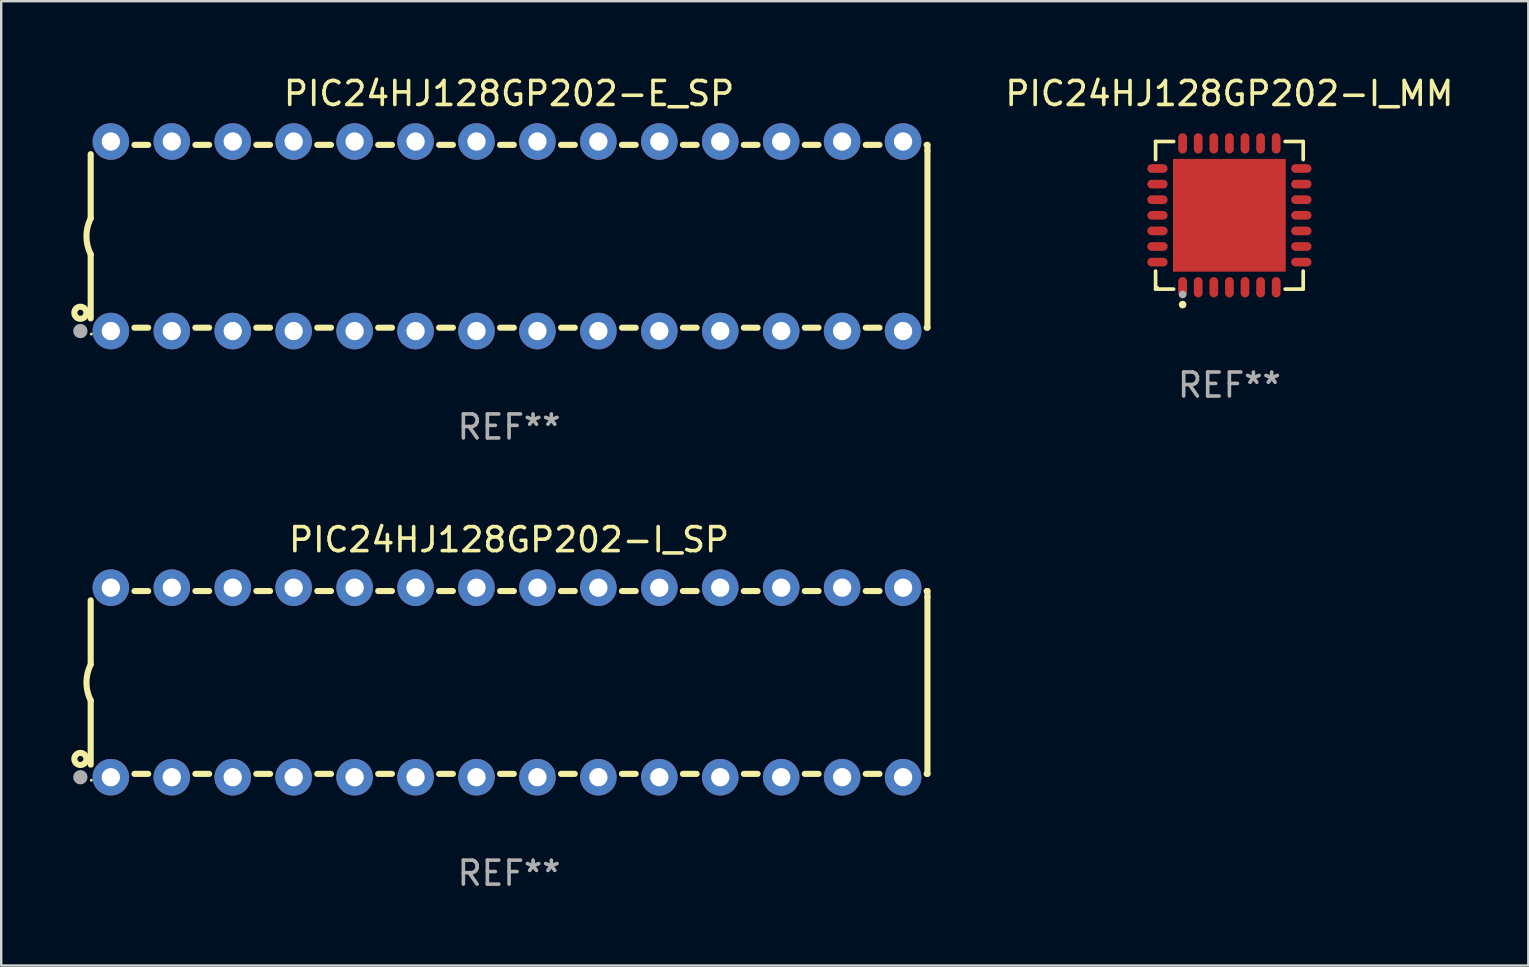
<source format=kicad_pcb>
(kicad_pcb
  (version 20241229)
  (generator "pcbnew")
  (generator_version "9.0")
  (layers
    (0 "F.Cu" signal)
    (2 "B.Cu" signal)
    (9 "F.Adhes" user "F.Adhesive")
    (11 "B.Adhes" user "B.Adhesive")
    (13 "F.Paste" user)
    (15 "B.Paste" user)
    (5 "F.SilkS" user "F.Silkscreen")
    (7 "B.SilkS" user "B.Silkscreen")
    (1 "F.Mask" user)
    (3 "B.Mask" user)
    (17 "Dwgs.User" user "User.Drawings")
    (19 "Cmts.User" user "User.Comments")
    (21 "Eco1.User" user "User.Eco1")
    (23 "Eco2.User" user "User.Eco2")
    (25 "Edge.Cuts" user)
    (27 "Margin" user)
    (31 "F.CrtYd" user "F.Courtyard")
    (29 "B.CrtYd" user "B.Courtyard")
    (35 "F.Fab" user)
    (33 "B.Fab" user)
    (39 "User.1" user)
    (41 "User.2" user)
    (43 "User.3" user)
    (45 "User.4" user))
  (footprint "PIC24HJ128GP202-E_SP"
    (layer "F.Cu")
    (at 18.168 6.798)
    (property "Reference" "PIC24HJ128GP202-E_SP" (at 0 -5.95 0) (layer "F.SilkS") (effects (font (size 1 1) (thickness 0.15))))
    (attr through_hole)
    (fp_line (start -17.438 0.75) (end -17.438 3.423) (stroke (width 0.254) (type solid)) (layer "F.SilkS"))
    (fp_line (start -17.438 -3.423) (end -17.438 -0.75) (stroke (width 0.254) (type solid)) (layer "F.SilkS"))
    (fp_line (start -15.615 3.81) (end -15.041 3.81) (stroke (width 0.254) (type solid)) (layer "F.SilkS"))
    (fp_line (start -15.041 -3.81) (end -15.614 -3.81) (stroke (width 0.254) (type solid)) (layer "F.SilkS"))
    (fp_line (start -13.075 3.81) (end -12.501 3.81) (stroke (width 0.254) (type solid)) (layer "F.SilkS"))
    (fp_line (start -12.501 -3.81) (end -13.074 -3.81) (stroke (width 0.254) (type solid)) (layer "F.SilkS"))
    (fp_line (start -10.535 3.81) (end -9.961 3.81) (stroke (width 0.254) (type solid)) (layer "F.SilkS"))
    (fp_line (start -9.961 -3.81) (end -10.534 -3.81) (stroke (width 0.254) (type solid)) (layer "F.SilkS"))
    (fp_line (start -7.995 3.81) (end -7.421 3.81) (stroke (width 0.254) (type solid)) (layer "F.SilkS"))
    (fp_line (start -7.421 -3.81) (end -7.995 -3.81) (stroke (width 0.254) (type solid)) (layer "F.SilkS"))
    (fp_line (start -5.455 3.81) (end -4.881 3.81) (stroke (width 0.254) (type solid)) (layer "F.SilkS"))
    (fp_line (start -4.881 -3.81) (end -5.455 -3.81) (stroke (width 0.254) (type solid)) (layer "F.SilkS"))
    (fp_line (start -2.915 3.81) (end -2.341 3.81) (stroke (width 0.254) (type solid)) (layer "F.SilkS"))
    (fp_line (start -2.341 -3.81) (end -2.915 -3.81) (stroke (width 0.254) (type solid)) (layer "F.SilkS"))
    (fp_line (start -0.375 3.81) (end 0.199 3.81) (stroke (width 0.254) (type solid)) (layer "F.SilkS"))
    (fp_line (start 0.199 -3.81) (end -0.375 -3.81) (stroke (width 0.254) (type solid)) (layer "F.SilkS"))
    (fp_line (start 2.165 3.81) (end 2.739 3.81) (stroke (width 0.254) (type solid)) (layer "F.SilkS"))
    (fp_line (start 2.739 -3.81) (end 2.165 -3.81) (stroke (width 0.254) (type solid)) (layer "F.SilkS"))
    (fp_line (start 4.705 3.81) (end 5.279 3.81) (stroke (width 0.254) (type solid)) (layer "F.SilkS"))
    (fp_line (start 5.279 -3.81) (end 4.705 -3.81) (stroke (width 0.254) (type solid)) (layer "F.SilkS"))
    (fp_line (start 7.245 3.81) (end 7.819 3.81) (stroke (width 0.254) (type solid)) (layer "F.SilkS"))
    (fp_line (start 7.819 -3.81) (end 7.245 -3.81) (stroke (width 0.254) (type solid)) (layer "F.SilkS"))
    (fp_line (start 9.785 3.81) (end 10.359 3.81) (stroke (width 0.254) (type solid)) (layer "F.SilkS"))
    (fp_line (start 10.359 -3.81) (end 9.785 -3.81) (stroke (width 0.254) (type solid)) (layer "F.SilkS"))
    (fp_line (start 12.325 3.81) (end 12.899 3.81) (stroke (width 0.254) (type solid)) (layer "F.SilkS"))
    (fp_line (start 12.899 -3.81) (end 12.325 -3.81) (stroke (width 0.254) (type solid)) (layer "F.SilkS"))
    (fp_line (start 14.865 3.81) (end 15.439 3.81) (stroke (width 0.254) (type solid)) (layer "F.SilkS"))
    (fp_line (start 15.439 -3.81) (end 14.865 -3.81) (stroke (width 0.254) (type solid)) (layer "F.SilkS"))
    (fp_line (start 17.405 3.81) (end 17.438 3.81) (stroke (width 0.254) (type solid)) (layer "F.SilkS"))
    (fp_line (start 17.438 -3.81) (end 17.405 -3.81) (stroke (width 0.254) (type solid)) (layer "F.SilkS"))
    (fp_line (start 17.438 -3.556) (end 17.438 -3.81) (stroke (width 0.254) (type solid)) (layer "F.SilkS"))
    (fp_line (start 17.438 3.81) (end 17.438 -3.556) (stroke (width 0.254) (type solid)) (layer "F.SilkS"))
    (fp_arc (start -17.437986 0.749657) (mid -17.614887 -0.000024) (end -17.437783 -0.749657) (stroke (width 0.254001) (type solid)) (layer "F.SilkS"))
    (fp_circle (center -17.868 3.188) (end -17.743 3.188) (stroke (width 0.254) (type solid)) (fill no) (layer "F.SilkS"))
    (fp_circle (center -17.411 4.077) (end -17.381 4.077) (stroke (width 0.06) (type solid)) (fill no) (layer "F.SilkS"))
    (fp_circle (center -17.868 3.95) (end -17.718 3.95) (stroke (width 0.3) (type solid)) (fill no) (layer "F.Fab"))
    (fp_text user "REF**" (at 0 7.95 0) (layer "F.Fab") (effects (font (size 1 1) (thickness 0.15))))
    (pad "1" thru_hole circle (at -16.598 3.95) (size 1.524 1.524) (drill 0.762) (layers "*.Cu" "*.Mask"))
    (pad "2" thru_hole circle (at -14.058 3.95) (size 1.524 1.524) (drill 0.762) (layers "*.Cu" "*.Mask"))
    (pad "3" thru_hole circle (at -11.518 3.95) (size 1.524 1.524) (drill 0.762) (layers "*.Cu" "*.Mask"))
    (pad "4" thru_hole circle (at -8.978 3.95) (size 1.524 1.524) (drill 0.762) (layers "*.Cu" "*.Mask"))
    (pad "5" thru_hole circle (at -6.438 3.95) (size 1.524 1.524) (drill 0.762) (layers "*.Cu" "*.Mask"))
    (pad "6" thru_hole circle (at -3.898 3.95) (size 1.524 1.524) (drill 0.762) (layers "*.Cu" "*.Mask"))
    (pad "7" thru_hole circle (at -1.358 3.95) (size 1.524 1.524) (drill 0.762) (layers "*.Cu" "*.Mask"))
    (pad "8" thru_hole circle (at 1.182 3.95) (size 1.524 1.524) (drill 0.762) (layers "*.Cu" "*.Mask"))
    (pad "9" thru_hole circle (at 3.722 3.95) (size 1.524 1.524) (drill 0.762) (layers "*.Cu" "*.Mask"))
    (pad "10" thru_hole circle (at 6.262 3.95) (size 1.524 1.524) (drill 0.762) (layers "*.Cu" "*.Mask"))
    (pad "11" thru_hole circle (at 8.802 3.95) (size 1.524 1.524) (drill 0.762) (layers "*.Cu" "*.Mask"))
    (pad "12" thru_hole circle (at 11.342 3.95) (size 1.524 1.524) (drill 0.762) (layers "*.Cu" "*.Mask"))
    (pad "13" thru_hole circle (at 13.882 3.95) (size 1.524 1.524) (drill 0.762) (layers "*.Cu" "*.Mask"))
    (pad "14" thru_hole circle (at 16.422 3.95) (size 1.524 1.524) (drill 0.762) (layers "*.Cu" "*.Mask"))
    (pad "15" thru_hole circle (at 16.422 -3.95) (size 1.524 1.524) (drill 0.762) (layers "*.Cu" "*.Mask"))
    (pad "16" thru_hole circle (at 13.882 -3.95) (size 1.524 1.524) (drill 0.762) (layers "*.Cu" "*.Mask"))
    (pad "17" thru_hole circle (at 11.342 -3.95) (size 1.524 1.524) (drill 0.762) (layers "*.Cu" "*.Mask"))
    (pad "18" thru_hole circle (at 8.802 -3.95) (size 1.524 1.524) (drill 0.762) (layers "*.Cu" "*.Mask"))
    (pad "19" thru_hole circle (at 6.262 -3.95) (size 1.524 1.524) (drill 0.762) (layers "*.Cu" "*.Mask"))
    (pad "20" thru_hole circle (at 3.722 -3.95) (size 1.524 1.524) (drill 0.762) (layers "*.Cu" "*.Mask"))
    (pad "21" thru_hole circle (at 1.182 -3.95) (size 1.524 1.524) (drill 0.762) (layers "*.Cu" "*.Mask"))
    (pad "22" thru_hole circle (at -1.358 -3.95) (size 1.524 1.524) (drill 0.762) (layers "*.Cu" "*.Mask"))
    (pad "23" thru_hole circle (at -3.898 -3.95) (size 1.524 1.524) (drill 0.762) (layers "*.Cu" "*.Mask"))
    (pad "24" thru_hole circle (at -6.438 -3.95) (size 1.524 1.524) (drill 0.762) (layers "*.Cu" "*.Mask"))
    (pad "25" thru_hole circle (at -8.978 -3.95) (size 1.524 1.524) (drill 0.762) (layers "*.Cu" "*.Mask"))
    (pad "26" thru_hole circle (at -11.517 -3.95) (size 1.524 1.524) (drill 0.762) (layers "*.Cu" "*.Mask"))
    (pad "27" thru_hole circle (at -14.057 -3.95) (size 1.524 1.524) (drill 0.762) (layers "*.Cu" "*.Mask"))
    (pad "28" thru_hole circle (at -16.597 -3.95) (size 1.524 1.524) (drill 0.762) (layers "*.Cu" "*.Mask")))
  (footprint "PIC24HJ128GP202-I_MM"
    (layer "F.Cu")
    (at 48.191 5.924)
    (property "Reference" "PIC24HJ128GP202-I_MM" (at 0 -5.076 0) (layer "F.SilkS") (effects (font (size 1 1) (thickness 0.15))))
    (attr through_hole)
    (fp_line (start -3.076 -3.076) (end -2.323 -3.076) (stroke (width 0.152) (type solid)) (layer "F.SilkS"))
    (fp_line (start -3.076 -2.323) (end -3.076 -3.076) (stroke (width 0.152) (type solid)) (layer "F.SilkS"))
    (fp_line (start -3.076 2.323) (end -3.076 3.076) (stroke (width 0.152) (type solid)) (layer "F.SilkS"))
    (fp_line (start -3.076 3.076) (end -2.323 3.076) (stroke (width 0.152) (type solid)) (layer "F.SilkS"))
    (fp_line (start 3.076 -3.076) (end 2.323 -3.076) (stroke (width 0.152) (type solid)) (layer "F.SilkS"))
    (fp_line (start 3.076 -2.323) (end 3.076 -3.076) (stroke (width 0.152) (type solid)) (layer "F.SilkS"))
    (fp_line (start 3.076 2.323) (end 3.076 3.076) (stroke (width 0.152) (type solid)) (layer "F.SilkS"))
    (fp_line (start 3.076 3.076) (end 2.323 3.076) (stroke (width 0.152) (type solid)) (layer "F.SilkS"))
    (fp_circle (center -3 3) (end -2.97 3) (stroke (width 0.06) (type solid)) (fill no) (layer "F.SilkS"))
    (fp_circle (center -1.95 3.722) (end -1.87 3.722) (stroke (width 0.16) (type solid)) (fill no) (layer "F.SilkS"))
    (fp_circle (center -1.95 3.3) (end -1.87 3.3) (stroke (width 0.16) (type solid)) (fill no) (layer "F.Fab"))
    (fp_text user "REF**" (at 0 7.076 0) (layer "F.Fab") (effects (font (size 1 1) (thickness 0.15))))
    (pad "1" smd oval (at -1.95 2.998) (size 0.364 0.847) (layers "F.Cu" "F.Mask" "F.Paste"))
    (pad "2" smd oval (at -1.3 2.998) (size 0.364 0.847) (layers "F.Cu" "F.Mask" "F.Paste"))
    (pad "3" smd oval (at -0.65 2.998) (size 0.364 0.847) (layers "F.Cu" "F.Mask" "F.Paste"))
    (pad "4" smd oval (at 0 2.998) (size 0.364 0.847) (layers "F.Cu" "F.Mask" "F.Paste"))
    (pad "5" smd oval (at 0.65 2.998) (size 0.364 0.847) (layers "F.Cu" "F.Mask" "F.Paste"))
    (pad "6" smd oval (at 1.3 2.998) (size 0.364 0.847) (layers "F.Cu" "F.Mask" "F.Paste"))
    (pad "7" smd oval (at 1.95 2.998) (size 0.364 0.847) (layers "F.Cu" "F.Mask" "F.Paste"))
    (pad "8" smd oval (at 2.998 1.95) (size 0.847 0.364) (layers "F.Cu" "F.Mask" "F.Paste"))
    (pad "9" smd oval (at 2.998 1.3) (size 0.847 0.364) (layers "F.Cu" "F.Mask" "F.Paste"))
    (pad "10" smd oval (at 2.998 0.65) (size 0.847 0.364) (layers "F.Cu" "F.Mask" "F.Paste"))
    (pad "11" smd oval (at 2.998 0) (size 0.847 0.364) (layers "F.Cu" "F.Mask" "F.Paste"))
    (pad "12" smd oval (at 2.998 -0.65) (size 0.847 0.364) (layers "F.Cu" "F.Mask" "F.Paste"))
    (pad "13" smd oval (at 2.998 -1.3) (size 0.847 0.364) (layers "F.Cu" "F.Mask" "F.Paste"))
    (pad "14" smd oval (at 2.998 -1.95) (size 0.847 0.364) (layers "F.Cu" "F.Mask" "F.Paste"))
    (pad "15" smd oval (at 1.95 -2.998) (size 0.364 0.847) (layers "F.Cu" "F.Mask" "F.Paste"))
    (pad "16" smd oval (at 1.3 -2.998) (size 0.364 0.847) (layers "F.Cu" "F.Mask" "F.Paste"))
    (pad "17" smd oval (at 0.65 -2.998) (size 0.364 0.847) (layers "F.Cu" "F.Mask" "F.Paste"))
    (pad "18" smd oval (at 0 -2.998) (size 0.364 0.847) (layers "F.Cu" "F.Mask" "F.Paste"))
    (pad "19" smd oval (at -0.65 -2.998) (size 0.364 0.847) (layers "F.Cu" "F.Mask" "F.Paste"))
    (pad "20" smd oval (at -1.3 -2.998) (size 0.364 0.847) (layers "F.Cu" "F.Mask" "F.Paste"))
    (pad "21" smd oval (at -1.95 -2.998) (size 0.364 0.847) (layers "F.Cu" "F.Mask" "F.Paste"))
    (pad "22" smd oval (at -2.998 -1.95) (size 0.847 0.364) (layers "F.Cu" "F.Mask" "F.Paste"))
    (pad "23" smd oval (at -2.998 -1.3) (size 0.847 0.364) (layers "F.Cu" "F.Mask" "F.Paste"))
    (pad "24" smd oval (at -2.998 -0.65) (size 0.847 0.364) (layers "F.Cu" "F.Mask" "F.Paste"))
    (pad "25" smd oval (at -2.998 0) (size 0.847 0.364) (layers "F.Cu" "F.Mask" "F.Paste"))
    (pad "26" smd oval (at -2.998 0.65) (size 0.847 0.364) (layers "F.Cu" "F.Mask" "F.Paste"))
    (pad "27" smd oval (at -2.998 1.3) (size 0.847 0.364) (layers "F.Cu" "F.Mask" "F.Paste"))
    (pad "28" smd oval (at -2.998 1.95) (size 0.847 0.364) (layers "F.Cu" "F.Mask" "F.Paste"))
    (pad "29" smd rect (at 0 0) (size 4.7 4.7) (layers "F.Cu" "F.Mask" "F.Paste")))
  (footprint "PIC24HJ128GP202-I_SP"
    (layer "F.Cu")
    (at 18.168 25.395)
    (property "Reference" "PIC24HJ128GP202-I_SP" (at 0 -5.95 0) (layer "F.SilkS") (effects (font (size 1 1) (thickness 0.15))))
    (attr through_hole)
    (fp_line (start -17.438 0.75) (end -17.438 3.423) (stroke (width 0.254) (type solid)) (layer "F.SilkS"))
    (fp_line (start -17.438 -3.423) (end -17.438 -0.75) (stroke (width 0.254) (type solid)) (layer "F.SilkS"))
    (fp_line (start -15.615 3.81) (end -15.041 3.81) (stroke (width 0.254) (type solid)) (layer "F.SilkS"))
    (fp_line (start -15.041 -3.81) (end -15.614 -3.81) (stroke (width 0.254) (type solid)) (layer "F.SilkS"))
    (fp_line (start -13.075 3.81) (end -12.501 3.81) (stroke (width 0.254) (type solid)) (layer "F.SilkS"))
    (fp_line (start -12.501 -3.81) (end -13.074 -3.81) (stroke (width 0.254) (type solid)) (layer "F.SilkS"))
    (fp_line (start -10.535 3.81) (end -9.961 3.81) (stroke (width 0.254) (type solid)) (layer "F.SilkS"))
    (fp_line (start -9.961 -3.81) (end -10.534 -3.81) (stroke (width 0.254) (type solid)) (layer "F.SilkS"))
    (fp_line (start -7.995 3.81) (end -7.421 3.81) (stroke (width 0.254) (type solid)) (layer "F.SilkS"))
    (fp_line (start -7.421 -3.81) (end -7.995 -3.81) (stroke (width 0.254) (type solid)) (layer "F.SilkS"))
    (fp_line (start -5.455 3.81) (end -4.881 3.81) (stroke (width 0.254) (type solid)) (layer "F.SilkS"))
    (fp_line (start -4.881 -3.81) (end -5.455 -3.81) (stroke (width 0.254) (type solid)) (layer "F.SilkS"))
    (fp_line (start -2.915 3.81) (end -2.341 3.81) (stroke (width 0.254) (type solid)) (layer "F.SilkS"))
    (fp_line (start -2.341 -3.81) (end -2.915 -3.81) (stroke (width 0.254) (type solid)) (layer "F.SilkS"))
    (fp_line (start -0.375 3.81) (end 0.199 3.81) (stroke (width 0.254) (type solid)) (layer "F.SilkS"))
    (fp_line (start 0.199 -3.81) (end -0.375 -3.81) (stroke (width 0.254) (type solid)) (layer "F.SilkS"))
    (fp_line (start 2.165 3.81) (end 2.739 3.81) (stroke (width 0.254) (type solid)) (layer "F.SilkS"))
    (fp_line (start 2.739 -3.81) (end 2.165 -3.81) (stroke (width 0.254) (type solid)) (layer "F.SilkS"))
    (fp_line (start 4.705 3.81) (end 5.279 3.81) (stroke (width 0.254) (type solid)) (layer "F.SilkS"))
    (fp_line (start 5.279 -3.81) (end 4.705 -3.81) (stroke (width 0.254) (type solid)) (layer "F.SilkS"))
    (fp_line (start 7.245 3.81) (end 7.819 3.81) (stroke (width 0.254) (type solid)) (layer "F.SilkS"))
    (fp_line (start 7.819 -3.81) (end 7.245 -3.81) (stroke (width 0.254) (type solid)) (layer "F.SilkS"))
    (fp_line (start 9.785 3.81) (end 10.359 3.81) (stroke (width 0.254) (type solid)) (layer "F.SilkS"))
    (fp_line (start 10.359 -3.81) (end 9.785 -3.81) (stroke (width 0.254) (type solid)) (layer "F.SilkS"))
    (fp_line (start 12.325 3.81) (end 12.899 3.81) (stroke (width 0.254) (type solid)) (layer "F.SilkS"))
    (fp_line (start 12.899 -3.81) (end 12.325 -3.81) (stroke (width 0.254) (type solid)) (layer "F.SilkS"))
    (fp_line (start 14.865 3.81) (end 15.439 3.81) (stroke (width 0.254) (type solid)) (layer "F.SilkS"))
    (fp_line (start 15.439 -3.81) (end 14.865 -3.81) (stroke (width 0.254) (type solid)) (layer "F.SilkS"))
    (fp_line (start 17.405 3.81) (end 17.438 3.81) (stroke (width 0.254) (type solid)) (layer "F.SilkS"))
    (fp_line (start 17.438 -3.81) (end 17.405 -3.81) (stroke (width 0.254) (type solid)) (layer "F.SilkS"))
    (fp_line (start 17.438 -3.556) (end 17.438 -3.81) (stroke (width 0.254) (type solid)) (layer "F.SilkS"))
    (fp_line (start 17.438 3.81) (end 17.438 -3.556) (stroke (width 0.254) (type solid)) (layer "F.SilkS"))
    (fp_arc (start -17.437986 0.749657) (mid -17.614887 -0.000024) (end -17.437783 -0.749657) (stroke (width 0.254001) (type solid)) (layer "F.SilkS"))
    (fp_circle (center -17.868 3.188) (end -17.743 3.188) (stroke (width 0.254) (type solid)) (fill no) (layer "F.SilkS"))
    (fp_circle (center -17.411 4.077) (end -17.381 4.077) (stroke (width 0.06) (type solid)) (fill no) (layer "F.SilkS"))
    (fp_circle (center -17.868 3.95) (end -17.718 3.95) (stroke (width 0.3) (type solid)) (fill no) (layer "F.Fab"))
    (fp_text user "REF**" (at 0 7.95 0) (layer "F.Fab") (effects (font (size 1 1) (thickness 0.15))))
    (pad "1" thru_hole circle (at -16.598 3.95) (size 1.524 1.524) (drill 0.762) (layers "*.Cu" "*.Mask"))
    (pad "2" thru_hole circle (at -14.058 3.95) (size 1.524 1.524) (drill 0.762) (layers "*.Cu" "*.Mask"))
    (pad "3" thru_hole circle (at -11.518 3.95) (size 1.524 1.524) (drill 0.762) (layers "*.Cu" "*.Mask"))
    (pad "4" thru_hole circle (at -8.978 3.95) (size 1.524 1.524) (drill 0.762) (layers "*.Cu" "*.Mask"))
    (pad "5" thru_hole circle (at -6.438 3.95) (size 1.524 1.524) (drill 0.762) (layers "*.Cu" "*.Mask"))
    (pad "6" thru_hole circle (at -3.898 3.95) (size 1.524 1.524) (drill 0.762) (layers "*.Cu" "*.Mask"))
    (pad "7" thru_hole circle (at -1.358 3.95) (size 1.524 1.524) (drill 0.762) (layers "*.Cu" "*.Mask"))
    (pad "8" thru_hole circle (at 1.182 3.95) (size 1.524 1.524) (drill 0.762) (layers "*.Cu" "*.Mask"))
    (pad "9" thru_hole circle (at 3.722 3.95) (size 1.524 1.524) (drill 0.762) (layers "*.Cu" "*.Mask"))
    (pad "10" thru_hole circle (at 6.262 3.95) (size 1.524 1.524) (drill 0.762) (layers "*.Cu" "*.Mask"))
    (pad "11" thru_hole circle (at 8.802 3.95) (size 1.524 1.524) (drill 0.762) (layers "*.Cu" "*.Mask"))
    (pad "12" thru_hole circle (at 11.342 3.95) (size 1.524 1.524) (drill 0.762) (layers "*.Cu" "*.Mask"))
    (pad "13" thru_hole circle (at 13.882 3.95) (size 1.524 1.524) (drill 0.762) (layers "*.Cu" "*.Mask"))
    (pad "14" thru_hole circle (at 16.422 3.95) (size 1.524 1.524) (drill 0.762) (layers "*.Cu" "*.Mask"))
    (pad "15" thru_hole circle (at 16.422 -3.95) (size 1.524 1.524) (drill 0.762) (layers "*.Cu" "*.Mask"))
    (pad "16" thru_hole circle (at 13.882 -3.95) (size 1.524 1.524) (drill 0.762) (layers "*.Cu" "*.Mask"))
    (pad "17" thru_hole circle (at 11.342 -3.95) (size 1.524 1.524) (drill 0.762) (layers "*.Cu" "*.Mask"))
    (pad "18" thru_hole circle (at 8.802 -3.95) (size 1.524 1.524) (drill 0.762) (layers "*.Cu" "*.Mask"))
    (pad "19" thru_hole circle (at 6.262 -3.95) (size 1.524 1.524) (drill 0.762) (layers "*.Cu" "*.Mask"))
    (pad "20" thru_hole circle (at 3.722 -3.95) (size 1.524 1.524) (drill 0.762) (layers "*.Cu" "*.Mask"))
    (pad "21" thru_hole circle (at 1.182 -3.95) (size 1.524 1.524) (drill 0.762) (layers "*.Cu" "*.Mask"))
    (pad "22" thru_hole circle (at -1.358 -3.95) (size 1.524 1.524) (drill 0.762) (layers "*.Cu" "*.Mask"))
    (pad "23" thru_hole circle (at -3.898 -3.95) (size 1.524 1.524) (drill 0.762) (layers "*.Cu" "*.Mask"))
    (pad "24" thru_hole circle (at -6.438 -3.95) (size 1.524 1.524) (drill 0.762) (layers "*.Cu" "*.Mask"))
    (pad "25" thru_hole circle (at -8.978 -3.95) (size 1.524 1.524) (drill 0.762) (layers "*.Cu" "*.Mask"))
    (pad "26" thru_hole circle (at -11.517 -3.95) (size 1.524 1.524) (drill 0.762) (layers "*.Cu" "*.Mask"))
    (pad "27" thru_hole circle (at -14.057 -3.95) (size 1.524 1.524) (drill 0.762) (layers "*.Cu" "*.Mask"))
    (pad "28" thru_hole circle (at -16.597 -3.95) (size 1.524 1.524) (drill 0.762) (layers "*.Cu" "*.Mask")))
  (gr_rect
    (start -3 -3)
    (end 60.65 37.193)
    (stroke (width 0.1) (type default))
    (fill no)
    (layer "Edge.Cuts")))
</source>
